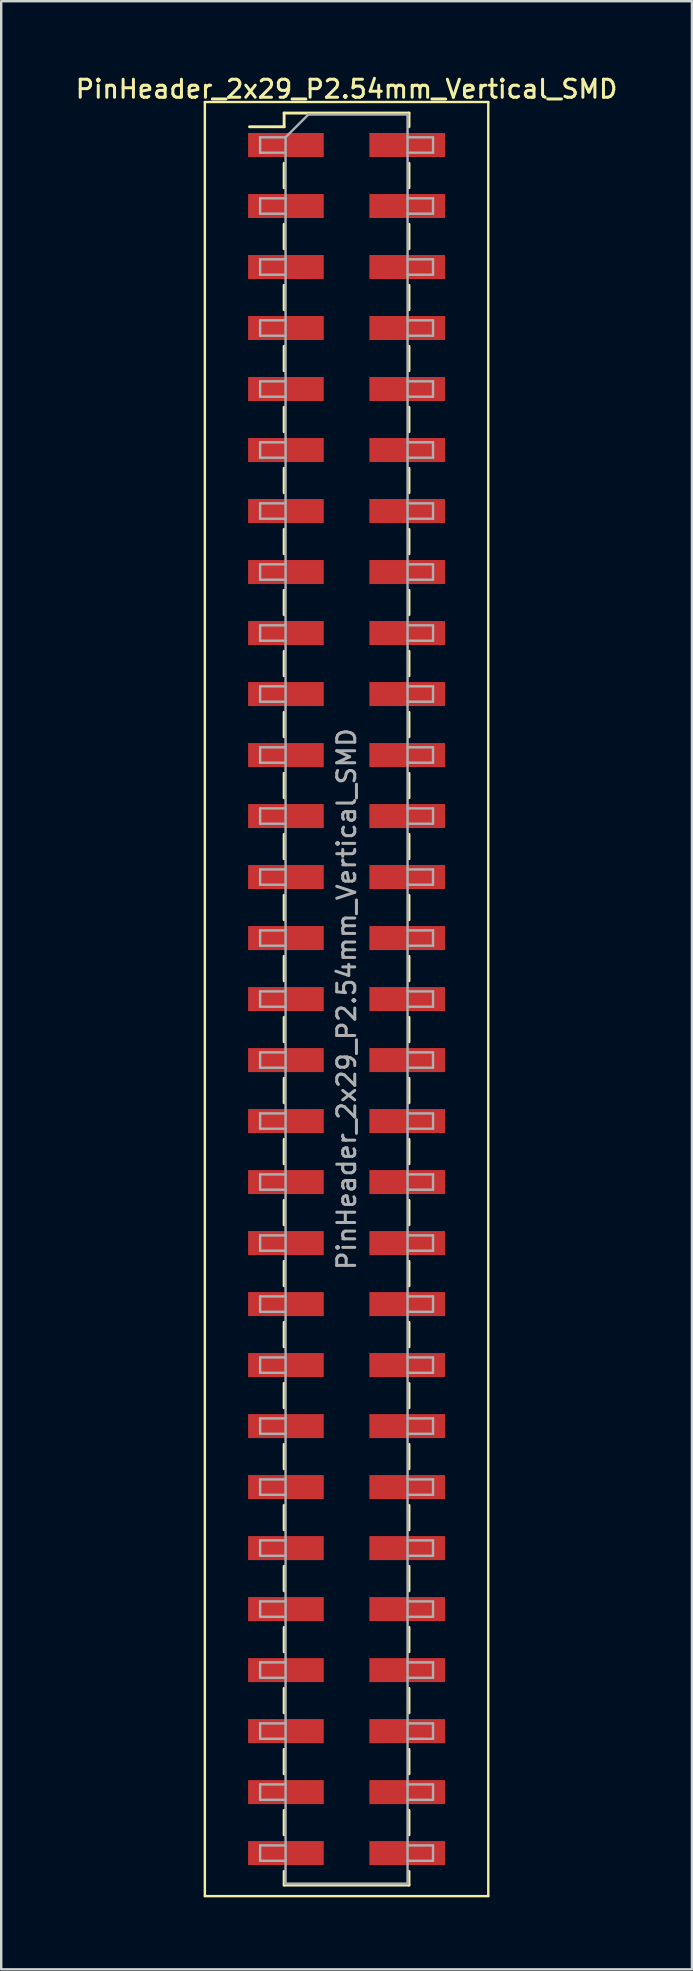
<source format=kicad_pcb>
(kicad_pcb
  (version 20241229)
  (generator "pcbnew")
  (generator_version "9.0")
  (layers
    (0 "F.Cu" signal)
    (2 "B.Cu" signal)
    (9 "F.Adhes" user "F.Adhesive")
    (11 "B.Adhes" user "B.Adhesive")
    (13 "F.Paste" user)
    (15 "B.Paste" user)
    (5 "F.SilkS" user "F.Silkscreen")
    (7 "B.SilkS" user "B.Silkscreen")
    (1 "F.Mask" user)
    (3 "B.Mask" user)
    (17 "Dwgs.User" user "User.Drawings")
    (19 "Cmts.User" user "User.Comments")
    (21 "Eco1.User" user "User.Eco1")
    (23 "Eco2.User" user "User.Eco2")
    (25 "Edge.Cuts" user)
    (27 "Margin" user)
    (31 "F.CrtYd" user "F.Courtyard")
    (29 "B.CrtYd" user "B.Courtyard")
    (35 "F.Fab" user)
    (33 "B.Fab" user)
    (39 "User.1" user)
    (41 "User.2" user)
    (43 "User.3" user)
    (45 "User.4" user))
  (footprint "PinHeader_2x29_P2.54mm_Vertical_SMD"
    (layer "F.Cu")
    (at 11.38 38.548)
    (property "Reference" "PinHeader_2x29_P2.54mm_Vertical_SMD" (at 0 -37.89 0) (layer "F.SilkS") (effects (font (size 0.75 0.75) (thickness 0.125))))
    (attr smd)
    (fp_line (start -5.9 -37.35) (end -5.9 37.35) (stroke (width 0.1) (type solid)) (layer "F.SilkS"))
    (fp_line (start -5.9 37.35) (end 5.9 37.35) (stroke (width 0.1) (type solid)) (layer "F.SilkS"))
    (fp_line (start -4.04 -36.32) (end -2.6 -36.32) (stroke (width 0.12) (type solid)) (layer "F.SilkS"))
    (fp_line (start -2.6 -36.89) (end -2.6 -36.32) (stroke (width 0.12) (type solid)) (layer "F.SilkS"))
    (fp_line (start -2.6 -36.89) (end 2.6 -36.89) (stroke (width 0.12) (type solid)) (layer "F.SilkS"))
    (fp_line (start -2.6 -34.8) (end -2.6 -33.78) (stroke (width 0.12) (type solid)) (layer "F.SilkS"))
    (fp_line (start -2.6 -32.26) (end -2.6 -31.24) (stroke (width 0.12) (type solid)) (layer "F.SilkS"))
    (fp_line (start -2.6 -29.72) (end -2.6 -28.7) (stroke (width 0.12) (type solid)) (layer "F.SilkS"))
    (fp_line (start -2.6 -27.18) (end -2.6 -26.16) (stroke (width 0.12) (type solid)) (layer "F.SilkS"))
    (fp_line (start -2.6 -24.64) (end -2.6 -23.62) (stroke (width 0.12) (type solid)) (layer "F.SilkS"))
    (fp_line (start -2.6 -22.1) (end -2.6 -21.08) (stroke (width 0.12) (type solid)) (layer "F.SilkS"))
    (fp_line (start -2.6 -19.56) (end -2.6 -18.54) (stroke (width 0.12) (type solid)) (layer "F.SilkS"))
    (fp_line (start -2.6 -17.02) (end -2.6 -16) (stroke (width 0.12) (type solid)) (layer "F.SilkS"))
    (fp_line (start -2.6 -14.48) (end -2.6 -13.46) (stroke (width 0.12) (type solid)) (layer "F.SilkS"))
    (fp_line (start -2.6 -11.94) (end -2.6 -10.92) (stroke (width 0.12) (type solid)) (layer "F.SilkS"))
    (fp_line (start -2.6 -9.4) (end -2.6 -8.38) (stroke (width 0.12) (type solid)) (layer "F.SilkS"))
    (fp_line (start -2.6 -6.86) (end -2.6 -5.84) (stroke (width 0.12) (type solid)) (layer "F.SilkS"))
    (fp_line (start -2.6 -4.32) (end -2.6 -3.3) (stroke (width 0.12) (type solid)) (layer "F.SilkS"))
    (fp_line (start -2.6 -1.78) (end -2.6 -0.76) (stroke (width 0.12) (type solid)) (layer "F.SilkS"))
    (fp_line (start -2.6 0.76) (end -2.6 1.78) (stroke (width 0.12) (type solid)) (layer "F.SilkS"))
    (fp_line (start -2.6 3.3) (end -2.6 4.32) (stroke (width 0.12) (type solid)) (layer "F.SilkS"))
    (fp_line (start -2.6 5.84) (end -2.6 6.86) (stroke (width 0.12) (type solid)) (layer "F.SilkS"))
    (fp_line (start -2.6 8.38) (end -2.6 9.4) (stroke (width 0.12) (type solid)) (layer "F.SilkS"))
    (fp_line (start -2.6 10.92) (end -2.6 11.94) (stroke (width 0.12) (type solid)) (layer "F.SilkS"))
    (fp_line (start -2.6 13.46) (end -2.6 14.48) (stroke (width 0.12) (type solid)) (layer "F.SilkS"))
    (fp_line (start -2.6 16) (end -2.6 17.02) (stroke (width 0.12) (type solid)) (layer "F.SilkS"))
    (fp_line (start -2.6 18.54) (end -2.6 19.56) (stroke (width 0.12) (type solid)) (layer "F.SilkS"))
    (fp_line (start -2.6 21.08) (end -2.6 22.1) (stroke (width 0.12) (type solid)) (layer "F.SilkS"))
    (fp_line (start -2.6 23.62) (end -2.6 24.64) (stroke (width 0.12) (type solid)) (layer "F.SilkS"))
    (fp_line (start -2.6 26.16) (end -2.6 27.18) (stroke (width 0.12) (type solid)) (layer "F.SilkS"))
    (fp_line (start -2.6 28.7) (end -2.6 29.72) (stroke (width 0.12) (type solid)) (layer "F.SilkS"))
    (fp_line (start -2.6 31.24) (end -2.6 32.26) (stroke (width 0.12) (type solid)) (layer "F.SilkS"))
    (fp_line (start -2.6 33.78) (end -2.6 34.8) (stroke (width 0.12) (type solid)) (layer "F.SilkS"))
    (fp_line (start -2.6 36.32) (end -2.6 36.89) (stroke (width 0.12) (type solid)) (layer "F.SilkS"))
    (fp_line (start -2.6 36.89) (end 2.6 36.89) (stroke (width 0.12) (type solid)) (layer "F.SilkS"))
    (fp_line (start 2.6 -36.89) (end 2.6 -36.32) (stroke (width 0.12) (type solid)) (layer "F.SilkS"))
    (fp_line (start 2.6 -34.8) (end 2.6 -33.78) (stroke (width 0.12) (type solid)) (layer "F.SilkS"))
    (fp_line (start 2.6 -32.26) (end 2.6 -31.24) (stroke (width 0.12) (type solid)) (layer "F.SilkS"))
    (fp_line (start 2.6 -29.72) (end 2.6 -28.7) (stroke (width 0.12) (type solid)) (layer "F.SilkS"))
    (fp_line (start 2.6 -27.18) (end 2.6 -26.16) (stroke (width 0.12) (type solid)) (layer "F.SilkS"))
    (fp_line (start 2.6 -24.64) (end 2.6 -23.62) (stroke (width 0.12) (type solid)) (layer "F.SilkS"))
    (fp_line (start 2.6 -22.1) (end 2.6 -21.08) (stroke (width 0.12) (type solid)) (layer "F.SilkS"))
    (fp_line (start 2.6 -19.56) (end 2.6 -18.54) (stroke (width 0.12) (type solid)) (layer "F.SilkS"))
    (fp_line (start 2.6 -17.02) (end 2.6 -16) (stroke (width 0.12) (type solid)) (layer "F.SilkS"))
    (fp_line (start 2.6 -14.48) (end 2.6 -13.46) (stroke (width 0.12) (type solid)) (layer "F.SilkS"))
    (fp_line (start 2.6 -11.94) (end 2.6 -10.92) (stroke (width 0.12) (type solid)) (layer "F.SilkS"))
    (fp_line (start 2.6 -9.4) (end 2.6 -8.38) (stroke (width 0.12) (type solid)) (layer "F.SilkS"))
    (fp_line (start 2.6 -6.86) (end 2.6 -5.84) (stroke (width 0.12) (type solid)) (layer "F.SilkS"))
    (fp_line (start 2.6 -4.32) (end 2.6 -3.3) (stroke (width 0.12) (type solid)) (layer "F.SilkS"))
    (fp_line (start 2.6 -1.78) (end 2.6 -0.76) (stroke (width 0.12) (type solid)) (layer "F.SilkS"))
    (fp_line (start 2.6 0.76) (end 2.6 1.78) (stroke (width 0.12) (type solid)) (layer "F.SilkS"))
    (fp_line (start 2.6 3.3) (end 2.6 4.32) (stroke (width 0.12) (type solid)) (layer "F.SilkS"))
    (fp_line (start 2.6 5.84) (end 2.6 6.86) (stroke (width 0.12) (type solid)) (layer "F.SilkS"))
    (fp_line (start 2.6 8.38) (end 2.6 9.4) (stroke (width 0.12) (type solid)) (layer "F.SilkS"))
    (fp_line (start 2.6 10.92) (end 2.6 11.94) (stroke (width 0.12) (type solid)) (layer "F.SilkS"))
    (fp_line (start 2.6 13.46) (end 2.6 14.48) (stroke (width 0.12) (type solid)) (layer "F.SilkS"))
    (fp_line (start 2.6 16) (end 2.6 17.02) (stroke (width 0.12) (type solid)) (layer "F.SilkS"))
    (fp_line (start 2.6 18.54) (end 2.6 19.56) (stroke (width 0.12) (type solid)) (layer "F.SilkS"))
    (fp_line (start 2.6 21.08) (end 2.6 22.1) (stroke (width 0.12) (type solid)) (layer "F.SilkS"))
    (fp_line (start 2.6 23.62) (end 2.6 24.64) (stroke (width 0.12) (type solid)) (layer "F.SilkS"))
    (fp_line (start 2.6 26.16) (end 2.6 27.18) (stroke (width 0.12) (type solid)) (layer "F.SilkS"))
    (fp_line (start 2.6 28.7) (end 2.6 29.72) (stroke (width 0.12) (type solid)) (layer "F.SilkS"))
    (fp_line (start 2.6 31.24) (end 2.6 32.26) (stroke (width 0.12) (type solid)) (layer "F.SilkS"))
    (fp_line (start 2.6 33.78) (end 2.6 34.8) (stroke (width 0.12) (type solid)) (layer "F.SilkS"))
    (fp_line (start 2.6 36.32) (end 2.6 36.89) (stroke (width 0.12) (type solid)) (layer "F.SilkS"))
    (fp_line (start 5.9 -37.35) (end -5.9 -37.35) (stroke (width 0.1) (type solid)) (layer "F.SilkS"))
    (fp_line (start 5.9 37.35) (end 5.9 -37.35) (stroke (width 0.1) (type solid)) (layer "F.SilkS"))
    (fp_line (start -3.6 -35.88) (end -3.6 -35.24) (stroke (width 0.1) (type solid)) (layer "F.Fab"))
    (fp_line (start -3.6 -35.24) (end -2.54 -35.24) (stroke (width 0.1) (type solid)) (layer "F.Fab"))
    (fp_line (start -3.6 -33.34) (end -3.6 -32.7) (stroke (width 0.1) (type solid)) (layer "F.Fab"))
    (fp_line (start -3.6 -32.7) (end -2.54 -32.7) (stroke (width 0.1) (type solid)) (layer "F.Fab"))
    (fp_line (start -3.6 -30.8) (end -3.6 -30.16) (stroke (width 0.1) (type solid)) (layer "F.Fab"))
    (fp_line (start -3.6 -30.16) (end -2.54 -30.16) (stroke (width 0.1) (type solid)) (layer "F.Fab"))
    (fp_line (start -3.6 -28.26) (end -3.6 -27.62) (stroke (width 0.1) (type solid)) (layer "F.Fab"))
    (fp_line (start -3.6 -27.62) (end -2.54 -27.62) (stroke (width 0.1) (type solid)) (layer "F.Fab"))
    (fp_line (start -3.6 -25.72) (end -3.6 -25.08) (stroke (width 0.1) (type solid)) (layer "F.Fab"))
    (fp_line (start -3.6 -25.08) (end -2.54 -25.08) (stroke (width 0.1) (type solid)) (layer "F.Fab"))
    (fp_line (start -3.6 -23.18) (end -3.6 -22.54) (stroke (width 0.1) (type solid)) (layer "F.Fab"))
    (fp_line (start -3.6 -22.54) (end -2.54 -22.54) (stroke (width 0.1) (type solid)) (layer "F.Fab"))
    (fp_line (start -3.6 -20.64) (end -3.6 -20) (stroke (width 0.1) (type solid)) (layer "F.Fab"))
    (fp_line (start -3.6 -20) (end -2.54 -20) (stroke (width 0.1) (type solid)) (layer "F.Fab"))
    (fp_line (start -3.6 -18.1) (end -3.6 -17.46) (stroke (width 0.1) (type solid)) (layer "F.Fab"))
    (fp_line (start -3.6 -17.46) (end -2.54 -17.46) (stroke (width 0.1) (type solid)) (layer "F.Fab"))
    (fp_line (start -3.6 -15.56) (end -3.6 -14.92) (stroke (width 0.1) (type solid)) (layer "F.Fab"))
    (fp_line (start -3.6 -14.92) (end -2.54 -14.92) (stroke (width 0.1) (type solid)) (layer "F.Fab"))
    (fp_line (start -3.6 -13.02) (end -3.6 -12.38) (stroke (width 0.1) (type solid)) (layer "F.Fab"))
    (fp_line (start -3.6 -12.38) (end -2.54 -12.38) (stroke (width 0.1) (type solid)) (layer "F.Fab"))
    (fp_line (start -3.6 -10.48) (end -3.6 -9.84) (stroke (width 0.1) (type solid)) (layer "F.Fab"))
    (fp_line (start -3.6 -9.84) (end -2.54 -9.84) (stroke (width 0.1) (type solid)) (layer "F.Fab"))
    (fp_line (start -3.6 -7.94) (end -3.6 -7.3) (stroke (width 0.1) (type solid)) (layer "F.Fab"))
    (fp_line (start -3.6 -7.3) (end -2.54 -7.3) (stroke (width 0.1) (type solid)) (layer "F.Fab"))
    (fp_line (start -3.6 -5.4) (end -3.6 -4.76) (stroke (width 0.1) (type solid)) (layer "F.Fab"))
    (fp_line (start -3.6 -4.76) (end -2.54 -4.76) (stroke (width 0.1) (type solid)) (layer "F.Fab"))
    (fp_line (start -3.6 -2.86) (end -3.6 -2.22) (stroke (width 0.1) (type solid)) (layer "F.Fab"))
    (fp_line (start -3.6 -2.22) (end -2.54 -2.22) (stroke (width 0.1) (type solid)) (layer "F.Fab"))
    (fp_line (start -3.6 -0.32) (end -3.6 0.32) (stroke (width 0.1) (type solid)) (layer "F.Fab"))
    (fp_line (start -3.6 0.32) (end -2.54 0.32) (stroke (width 0.1) (type solid)) (layer "F.Fab"))
    (fp_line (start -3.6 2.22) (end -3.6 2.86) (stroke (width 0.1) (type solid)) (layer "F.Fab"))
    (fp_line (start -3.6 2.86) (end -2.54 2.86) (stroke (width 0.1) (type solid)) (layer "F.Fab"))
    (fp_line (start -3.6 4.76) (end -3.6 5.4) (stroke (width 0.1) (type solid)) (layer "F.Fab"))
    (fp_line (start -3.6 5.4) (end -2.54 5.4) (stroke (width 0.1) (type solid)) (layer "F.Fab"))
    (fp_line (start -3.6 7.3) (end -3.6 7.94) (stroke (width 0.1) (type solid)) (layer "F.Fab"))
    (fp_line (start -3.6 7.94) (end -2.54 7.94) (stroke (width 0.1) (type solid)) (layer "F.Fab"))
    (fp_line (start -3.6 9.84) (end -3.6 10.48) (stroke (width 0.1) (type solid)) (layer "F.Fab"))
    (fp_line (start -3.6 10.48) (end -2.54 10.48) (stroke (width 0.1) (type solid)) (layer "F.Fab"))
    (fp_line (start -3.6 12.38) (end -3.6 13.02) (stroke (width 0.1) (type solid)) (layer "F.Fab"))
    (fp_line (start -3.6 13.02) (end -2.54 13.02) (stroke (width 0.1) (type solid)) (layer "F.Fab"))
    (fp_line (start -3.6 14.92) (end -3.6 15.56) (stroke (width 0.1) (type solid)) (layer "F.Fab"))
    (fp_line (start -3.6 15.56) (end -2.54 15.56) (stroke (width 0.1) (type solid)) (layer "F.Fab"))
    (fp_line (start -3.6 17.46) (end -3.6 18.1) (stroke (width 0.1) (type solid)) (layer "F.Fab"))
    (fp_line (start -3.6 18.1) (end -2.54 18.1) (stroke (width 0.1) (type solid)) (layer "F.Fab"))
    (fp_line (start -3.6 20) (end -3.6 20.64) (stroke (width 0.1) (type solid)) (layer "F.Fab"))
    (fp_line (start -3.6 20.64) (end -2.54 20.64) (stroke (width 0.1) (type solid)) (layer "F.Fab"))
    (fp_line (start -3.6 22.54) (end -3.6 23.18) (stroke (width 0.1) (type solid)) (layer "F.Fab"))
    (fp_line (start -3.6 23.18) (end -2.54 23.18) (stroke (width 0.1) (type solid)) (layer "F.Fab"))
    (fp_line (start -3.6 25.08) (end -3.6 25.72) (stroke (width 0.1) (type solid)) (layer "F.Fab"))
    (fp_line (start -3.6 25.72) (end -2.54 25.72) (stroke (width 0.1) (type solid)) (layer "F.Fab"))
    (fp_line (start -3.6 27.62) (end -3.6 28.26) (stroke (width 0.1) (type solid)) (layer "F.Fab"))
    (fp_line (start -3.6 28.26) (end -2.54 28.26) (stroke (width 0.1) (type solid)) (layer "F.Fab"))
    (fp_line (start -3.6 30.16) (end -3.6 30.8) (stroke (width 0.1) (type solid)) (layer "F.Fab"))
    (fp_line (start -3.6 30.8) (end -2.54 30.8) (stroke (width 0.1) (type solid)) (layer "F.Fab"))
    (fp_line (start -3.6 32.7) (end -3.6 33.34) (stroke (width 0.1) (type solid)) (layer "F.Fab"))
    (fp_line (start -3.6 33.34) (end -2.54 33.34) (stroke (width 0.1) (type solid)) (layer "F.Fab"))
    (fp_line (start -3.6 35.24) (end -3.6 35.88) (stroke (width 0.1) (type solid)) (layer "F.Fab"))
    (fp_line (start -3.6 35.88) (end -2.54 35.88) (stroke (width 0.1) (type solid)) (layer "F.Fab"))
    (fp_line (start -2.54 -35.88) (end -3.6 -35.88) (stroke (width 0.1) (type solid)) (layer "F.Fab"))
    (fp_line (start -2.54 -35.88) (end -1.59 -36.83) (stroke (width 0.1) (type solid)) (layer "F.Fab"))
    (fp_line (start -2.54 -33.34) (end -3.6 -33.34) (stroke (width 0.1) (type solid)) (layer "F.Fab"))
    (fp_line (start -2.54 -30.8) (end -3.6 -30.8) (stroke (width 0.1) (type solid)) (layer "F.Fab"))
    (fp_line (start -2.54 -28.26) (end -3.6 -28.26) (stroke (width 0.1) (type solid)) (layer "F.Fab"))
    (fp_line (start -2.54 -25.72) (end -3.6 -25.72) (stroke (width 0.1) (type solid)) (layer "F.Fab"))
    (fp_line (start -2.54 -23.18) (end -3.6 -23.18) (stroke (width 0.1) (type solid)) (layer "F.Fab"))
    (fp_line (start -2.54 -20.64) (end -3.6 -20.64) (stroke (width 0.1) (type solid)) (layer "F.Fab"))
    (fp_line (start -2.54 -18.1) (end -3.6 -18.1) (stroke (width 0.1) (type solid)) (layer "F.Fab"))
    (fp_line (start -2.54 -15.56) (end -3.6 -15.56) (stroke (width 0.1) (type solid)) (layer "F.Fab"))
    (fp_line (start -2.54 -13.02) (end -3.6 -13.02) (stroke (width 0.1) (type solid)) (layer "F.Fab"))
    (fp_line (start -2.54 -10.48) (end -3.6 -10.48) (stroke (width 0.1) (type solid)) (layer "F.Fab"))
    (fp_line (start -2.54 -7.94) (end -3.6 -7.94) (stroke (width 0.1) (type solid)) (layer "F.Fab"))
    (fp_line (start -2.54 -5.4) (end -3.6 -5.4) (stroke (width 0.1) (type solid)) (layer "F.Fab"))
    (fp_line (start -2.54 -2.86) (end -3.6 -2.86) (stroke (width 0.1) (type solid)) (layer "F.Fab"))
    (fp_line (start -2.54 -0.32) (end -3.6 -0.32) (stroke (width 0.1) (type solid)) (layer "F.Fab"))
    (fp_line (start -2.54 2.22) (end -3.6 2.22) (stroke (width 0.1) (type solid)) (layer "F.Fab"))
    (fp_line (start -2.54 4.76) (end -3.6 4.76) (stroke (width 0.1) (type solid)) (layer "F.Fab"))
    (fp_line (start -2.54 7.3) (end -3.6 7.3) (stroke (width 0.1) (type solid)) (layer "F.Fab"))
    (fp_line (start -2.54 9.84) (end -3.6 9.84) (stroke (width 0.1) (type solid)) (layer "F.Fab"))
    (fp_line (start -2.54 12.38) (end -3.6 12.38) (stroke (width 0.1) (type solid)) (layer "F.Fab"))
    (fp_line (start -2.54 14.92) (end -3.6 14.92) (stroke (width 0.1) (type solid)) (layer "F.Fab"))
    (fp_line (start -2.54 17.46) (end -3.6 17.46) (stroke (width 0.1) (type solid)) (layer "F.Fab"))
    (fp_line (start -2.54 20) (end -3.6 20) (stroke (width 0.1) (type solid)) (layer "F.Fab"))
    (fp_line (start -2.54 22.54) (end -3.6 22.54) (stroke (width 0.1) (type solid)) (layer "F.Fab"))
    (fp_line (start -2.54 25.08) (end -3.6 25.08) (stroke (width 0.1) (type solid)) (layer "F.Fab"))
    (fp_line (start -2.54 27.62) (end -3.6 27.62) (stroke (width 0.1) (type solid)) (layer "F.Fab"))
    (fp_line (start -2.54 30.16) (end -3.6 30.16) (stroke (width 0.1) (type solid)) (layer "F.Fab"))
    (fp_line (start -2.54 32.7) (end -3.6 32.7) (stroke (width 0.1) (type solid)) (layer "F.Fab"))
    (fp_line (start -2.54 35.24) (end -3.6 35.24) (stroke (width 0.1) (type solid)) (layer "F.Fab"))
    (fp_line (start -2.54 36.83) (end -2.54 -35.88) (stroke (width 0.1) (type solid)) (layer "F.Fab"))
    (fp_line (start -1.59 -36.83) (end 2.54 -36.83) (stroke (width 0.1) (type solid)) (layer "F.Fab"))
    (fp_line (start 2.54 -36.83) (end 2.54 36.83) (stroke (width 0.1) (type solid)) (layer "F.Fab"))
    (fp_line (start 2.54 -35.88) (end 3.6 -35.88) (stroke (width 0.1) (type solid)) (layer "F.Fab"))
    (fp_line (start 2.54 -33.34) (end 3.6 -33.34) (stroke (width 0.1) (type solid)) (layer "F.Fab"))
    (fp_line (start 2.54 -30.8) (end 3.6 -30.8) (stroke (width 0.1) (type solid)) (layer "F.Fab"))
    (fp_line (start 2.54 -28.26) (end 3.6 -28.26) (stroke (width 0.1) (type solid)) (layer "F.Fab"))
    (fp_line (start 2.54 -25.72) (end 3.6 -25.72) (stroke (width 0.1) (type solid)) (layer "F.Fab"))
    (fp_line (start 2.54 -23.18) (end 3.6 -23.18) (stroke (width 0.1) (type solid)) (layer "F.Fab"))
    (fp_line (start 2.54 -20.64) (end 3.6 -20.64) (stroke (width 0.1) (type solid)) (layer "F.Fab"))
    (fp_line (start 2.54 -18.1) (end 3.6 -18.1) (stroke (width 0.1) (type solid)) (layer "F.Fab"))
    (fp_line (start 2.54 -15.56) (end 3.6 -15.56) (stroke (width 0.1) (type solid)) (layer "F.Fab"))
    (fp_line (start 2.54 -13.02) (end 3.6 -13.02) (stroke (width 0.1) (type solid)) (layer "F.Fab"))
    (fp_line (start 2.54 -10.48) (end 3.6 -10.48) (stroke (width 0.1) (type solid)) (layer "F.Fab"))
    (fp_line (start 2.54 -7.94) (end 3.6 -7.94) (stroke (width 0.1) (type solid)) (layer "F.Fab"))
    (fp_line (start 2.54 -5.4) (end 3.6 -5.4) (stroke (width 0.1) (type solid)) (layer "F.Fab"))
    (fp_line (start 2.54 -2.86) (end 3.6 -2.86) (stroke (width 0.1) (type solid)) (layer "F.Fab"))
    (fp_line (start 2.54 -0.32) (end 3.6 -0.32) (stroke (width 0.1) (type solid)) (layer "F.Fab"))
    (fp_line (start 2.54 2.22) (end 3.6 2.22) (stroke (width 0.1) (type solid)) (layer "F.Fab"))
    (fp_line (start 2.54 4.76) (end 3.6 4.76) (stroke (width 0.1) (type solid)) (layer "F.Fab"))
    (fp_line (start 2.54 7.3) (end 3.6 7.3) (stroke (width 0.1) (type solid)) (layer "F.Fab"))
    (fp_line (start 2.54 9.84) (end 3.6 9.84) (stroke (width 0.1) (type solid)) (layer "F.Fab"))
    (fp_line (start 2.54 12.38) (end 3.6 12.38) (stroke (width 0.1) (type solid)) (layer "F.Fab"))
    (fp_line (start 2.54 14.92) (end 3.6 14.92) (stroke (width 0.1) (type solid)) (layer "F.Fab"))
    (fp_line (start 2.54 17.46) (end 3.6 17.46) (stroke (width 0.1) (type solid)) (layer "F.Fab"))
    (fp_line (start 2.54 20) (end 3.6 20) (stroke (width 0.1) (type solid)) (layer "F.Fab"))
    (fp_line (start 2.54 22.54) (end 3.6 22.54) (stroke (width 0.1) (type solid)) (layer "F.Fab"))
    (fp_line (start 2.54 25.08) (end 3.6 25.08) (stroke (width 0.1) (type solid)) (layer "F.Fab"))
    (fp_line (start 2.54 27.62) (end 3.6 27.62) (stroke (width 0.1) (type solid)) (layer "F.Fab"))
    (fp_line (start 2.54 30.16) (end 3.6 30.16) (stroke (width 0.1) (type solid)) (layer "F.Fab"))
    (fp_line (start 2.54 32.7) (end 3.6 32.7) (stroke (width 0.1) (type solid)) (layer "F.Fab"))
    (fp_line (start 2.54 35.24) (end 3.6 35.24) (stroke (width 0.1) (type solid)) (layer "F.Fab"))
    (fp_line (start 2.54 36.83) (end -2.54 36.83) (stroke (width 0.1) (type solid)) (layer "F.Fab"))
    (fp_line (start 3.6 -35.88) (end 3.6 -35.24) (stroke (width 0.1) (type solid)) (layer "F.Fab"))
    (fp_line (start 3.6 -35.24) (end 2.54 -35.24) (stroke (width 0.1) (type solid)) (layer "F.Fab"))
    (fp_line (start 3.6 -33.34) (end 3.6 -32.7) (stroke (width 0.1) (type solid)) (layer "F.Fab"))
    (fp_line (start 3.6 -32.7) (end 2.54 -32.7) (stroke (width 0.1) (type solid)) (layer "F.Fab"))
    (fp_line (start 3.6 -30.8) (end 3.6 -30.16) (stroke (width 0.1) (type solid)) (layer "F.Fab"))
    (fp_line (start 3.6 -30.16) (end 2.54 -30.16) (stroke (width 0.1) (type solid)) (layer "F.Fab"))
    (fp_line (start 3.6 -28.26) (end 3.6 -27.62) (stroke (width 0.1) (type solid)) (layer "F.Fab"))
    (fp_line (start 3.6 -27.62) (end 2.54 -27.62) (stroke (width 0.1) (type solid)) (layer "F.Fab"))
    (fp_line (start 3.6 -25.72) (end 3.6 -25.08) (stroke (width 0.1) (type solid)) (layer "F.Fab"))
    (fp_line (start 3.6 -25.08) (end 2.54 -25.08) (stroke (width 0.1) (type solid)) (layer "F.Fab"))
    (fp_line (start 3.6 -23.18) (end 3.6 -22.54) (stroke (width 0.1) (type solid)) (layer "F.Fab"))
    (fp_line (start 3.6 -22.54) (end 2.54 -22.54) (stroke (width 0.1) (type solid)) (layer "F.Fab"))
    (fp_line (start 3.6 -20.64) (end 3.6 -20) (stroke (width 0.1) (type solid)) (layer "F.Fab"))
    (fp_line (start 3.6 -20) (end 2.54 -20) (stroke (width 0.1) (type solid)) (layer "F.Fab"))
    (fp_line (start 3.6 -18.1) (end 3.6 -17.46) (stroke (width 0.1) (type solid)) (layer "F.Fab"))
    (fp_line (start 3.6 -17.46) (end 2.54 -17.46) (stroke (width 0.1) (type solid)) (layer "F.Fab"))
    (fp_line (start 3.6 -15.56) (end 3.6 -14.92) (stroke (width 0.1) (type solid)) (layer "F.Fab"))
    (fp_line (start 3.6 -14.92) (end 2.54 -14.92) (stroke (width 0.1) (type solid)) (layer "F.Fab"))
    (fp_line (start 3.6 -13.02) (end 3.6 -12.38) (stroke (width 0.1) (type solid)) (layer "F.Fab"))
    (fp_line (start 3.6 -12.38) (end 2.54 -12.38) (stroke (width 0.1) (type solid)) (layer "F.Fab"))
    (fp_line (start 3.6 -10.48) (end 3.6 -9.84) (stroke (width 0.1) (type solid)) (layer "F.Fab"))
    (fp_line (start 3.6 -9.84) (end 2.54 -9.84) (stroke (width 0.1) (type solid)) (layer "F.Fab"))
    (fp_line (start 3.6 -7.94) (end 3.6 -7.3) (stroke (width 0.1) (type solid)) (layer "F.Fab"))
    (fp_line (start 3.6 -7.3) (end 2.54 -7.3) (stroke (width 0.1) (type solid)) (layer "F.Fab"))
    (fp_line (start 3.6 -5.4) (end 3.6 -4.76) (stroke (width 0.1) (type solid)) (layer "F.Fab"))
    (fp_line (start 3.6 -4.76) (end 2.54 -4.76) (stroke (width 0.1) (type solid)) (layer "F.Fab"))
    (fp_line (start 3.6 -2.86) (end 3.6 -2.22) (stroke (width 0.1) (type solid)) (layer "F.Fab"))
    (fp_line (start 3.6 -2.22) (end 2.54 -2.22) (stroke (width 0.1) (type solid)) (layer "F.Fab"))
    (fp_line (start 3.6 -0.32) (end 3.6 0.32) (stroke (width 0.1) (type solid)) (layer "F.Fab"))
    (fp_line (start 3.6 0.32) (end 2.54 0.32) (stroke (width 0.1) (type solid)) (layer "F.Fab"))
    (fp_line (start 3.6 2.22) (end 3.6 2.86) (stroke (width 0.1) (type solid)) (layer "F.Fab"))
    (fp_line (start 3.6 2.86) (end 2.54 2.86) (stroke (width 0.1) (type solid)) (layer "F.Fab"))
    (fp_line (start 3.6 4.76) (end 3.6 5.4) (stroke (width 0.1) (type solid)) (layer "F.Fab"))
    (fp_line (start 3.6 5.4) (end 2.54 5.4) (stroke (width 0.1) (type solid)) (layer "F.Fab"))
    (fp_line (start 3.6 7.3) (end 3.6 7.94) (stroke (width 0.1) (type solid)) (layer "F.Fab"))
    (fp_line (start 3.6 7.94) (end 2.54 7.94) (stroke (width 0.1) (type solid)) (layer "F.Fab"))
    (fp_line (start 3.6 9.84) (end 3.6 10.48) (stroke (width 0.1) (type solid)) (layer "F.Fab"))
    (fp_line (start 3.6 10.48) (end 2.54 10.48) (stroke (width 0.1) (type solid)) (layer "F.Fab"))
    (fp_line (start 3.6 12.38) (end 3.6 13.02) (stroke (width 0.1) (type solid)) (layer "F.Fab"))
    (fp_line (start 3.6 13.02) (end 2.54 13.02) (stroke (width 0.1) (type solid)) (layer "F.Fab"))
    (fp_line (start 3.6 14.92) (end 3.6 15.56) (stroke (width 0.1) (type solid)) (layer "F.Fab"))
    (fp_line (start 3.6 15.56) (end 2.54 15.56) (stroke (width 0.1) (type solid)) (layer "F.Fab"))
    (fp_line (start 3.6 17.46) (end 3.6 18.1) (stroke (width 0.1) (type solid)) (layer "F.Fab"))
    (fp_line (start 3.6 18.1) (end 2.54 18.1) (stroke (width 0.1) (type solid)) (layer "F.Fab"))
    (fp_line (start 3.6 20) (end 3.6 20.64) (stroke (width 0.1) (type solid)) (layer "F.Fab"))
    (fp_line (start 3.6 20.64) (end 2.54 20.64) (stroke (width 0.1) (type solid)) (layer "F.Fab"))
    (fp_line (start 3.6 22.54) (end 3.6 23.18) (stroke (width 0.1) (type solid)) (layer "F.Fab"))
    (fp_line (start 3.6 23.18) (end 2.54 23.18) (stroke (width 0.1) (type solid)) (layer "F.Fab"))
    (fp_line (start 3.6 25.08) (end 3.6 25.72) (stroke (width 0.1) (type solid)) (layer "F.Fab"))
    (fp_line (start 3.6 25.72) (end 2.54 25.72) (stroke (width 0.1) (type solid)) (layer "F.Fab"))
    (fp_line (start 3.6 27.62) (end 3.6 28.26) (stroke (width 0.1) (type solid)) (layer "F.Fab"))
    (fp_line (start 3.6 28.26) (end 2.54 28.26) (stroke (width 0.1) (type solid)) (layer "F.Fab"))
    (fp_line (start 3.6 30.16) (end 3.6 30.8) (stroke (width 0.1) (type solid)) (layer "F.Fab"))
    (fp_line (start 3.6 30.8) (end 2.54 30.8) (stroke (width 0.1) (type solid)) (layer "F.Fab"))
    (fp_line (start 3.6 32.7) (end 3.6 33.34) (stroke (width 0.1) (type solid)) (layer "F.Fab"))
    (fp_line (start 3.6 33.34) (end 2.54 33.34) (stroke (width 0.1) (type solid)) (layer "F.Fab"))
    (fp_line (start 3.6 35.24) (end 3.6 35.88) (stroke (width 0.1) (type solid)) (layer "F.Fab"))
    (fp_line (start 3.6 35.88) (end 2.54 35.88) (stroke (width 0.1) (type solid)) (layer "F.Fab"))
    (fp_text user "${REFERENCE}" (at 0 0 90) (layer "F.Fab") (effects (font (size 0.75 0.75) (thickness 0.125))))
    (pad "1" smd rect (at -2.525 -35.56) (size 3.15 1) (layers "F.Cu" "F.Mask" "F.Paste"))
    (pad "2" smd rect (at 2.525 -35.56) (size 3.15 1) (layers "F.Cu" "F.Mask" "F.Paste"))
    (pad "3" smd rect (at -2.525 -33.02) (size 3.15 1) (layers "F.Cu" "F.Mask" "F.Paste"))
    (pad "4" smd rect (at 2.525 -33.02) (size 3.15 1) (layers "F.Cu" "F.Mask" "F.Paste"))
    (pad "5" smd rect (at -2.525 -30.48) (size 3.15 1) (layers "F.Cu" "F.Mask" "F.Paste"))
    (pad "6" smd rect (at 2.525 -30.48) (size 3.15 1) (layers "F.Cu" "F.Mask" "F.Paste"))
    (pad "7" smd rect (at -2.525 -27.94) (size 3.15 1) (layers "F.Cu" "F.Mask" "F.Paste"))
    (pad "8" smd rect (at 2.525 -27.94) (size 3.15 1) (layers "F.Cu" "F.Mask" "F.Paste"))
    (pad "9" smd rect (at -2.525 -25.4) (size 3.15 1) (layers "F.Cu" "F.Mask" "F.Paste"))
    (pad "10" smd rect (at 2.525 -25.4) (size 3.15 1) (layers "F.Cu" "F.Mask" "F.Paste"))
    (pad "11" smd rect (at -2.525 -22.86) (size 3.15 1) (layers "F.Cu" "F.Mask" "F.Paste"))
    (pad "12" smd rect (at 2.525 -22.86) (size 3.15 1) (layers "F.Cu" "F.Mask" "F.Paste"))
    (pad "13" smd rect (at -2.525 -20.32) (size 3.15 1) (layers "F.Cu" "F.Mask" "F.Paste"))
    (pad "14" smd rect (at 2.525 -20.32) (size 3.15 1) (layers "F.Cu" "F.Mask" "F.Paste"))
    (pad "15" smd rect (at -2.525 -17.78) (size 3.15 1) (layers "F.Cu" "F.Mask" "F.Paste"))
    (pad "16" smd rect (at 2.525 -17.78) (size 3.15 1) (layers "F.Cu" "F.Mask" "F.Paste"))
    (pad "17" smd rect (at -2.525 -15.24) (size 3.15 1) (layers "F.Cu" "F.Mask" "F.Paste"))
    (pad "18" smd rect (at 2.525 -15.24) (size 3.15 1) (layers "F.Cu" "F.Mask" "F.Paste"))
    (pad "19" smd rect (at -2.525 -12.7) (size 3.15 1) (layers "F.Cu" "F.Mask" "F.Paste"))
    (pad "20" smd rect (at 2.525 -12.7) (size 3.15 1) (layers "F.Cu" "F.Mask" "F.Paste"))
    (pad "21" smd rect (at -2.525 -10.16) (size 3.15 1) (layers "F.Cu" "F.Mask" "F.Paste"))
    (pad "22" smd rect (at 2.525 -10.16) (size 3.15 1) (layers "F.Cu" "F.Mask" "F.Paste"))
    (pad "23" smd rect (at -2.525 -7.62) (size 3.15 1) (layers "F.Cu" "F.Mask" "F.Paste"))
    (pad "24" smd rect (at 2.525 -7.62) (size 3.15 1) (layers "F.Cu" "F.Mask" "F.Paste"))
    (pad "25" smd rect (at -2.525 -5.08) (size 3.15 1) (layers "F.Cu" "F.Mask" "F.Paste"))
    (pad "26" smd rect (at 2.525 -5.08) (size 3.15 1) (layers "F.Cu" "F.Mask" "F.Paste"))
    (pad "27" smd rect (at -2.525 -2.54) (size 3.15 1) (layers "F.Cu" "F.Mask" "F.Paste"))
    (pad "28" smd rect (at 2.525 -2.54) (size 3.15 1) (layers "F.Cu" "F.Mask" "F.Paste"))
    (pad "29" smd rect (at -2.525 0) (size 3.15 1) (layers "F.Cu" "F.Mask" "F.Paste"))
    (pad "30" smd rect (at 2.525 0) (size 3.15 1) (layers "F.Cu" "F.Mask" "F.Paste"))
    (pad "31" smd rect (at -2.525 2.54) (size 3.15 1) (layers "F.Cu" "F.Mask" "F.Paste"))
    (pad "32" smd rect (at 2.525 2.54) (size 3.15 1) (layers "F.Cu" "F.Mask" "F.Paste"))
    (pad "33" smd rect (at -2.525 5.08) (size 3.15 1) (layers "F.Cu" "F.Mask" "F.Paste"))
    (pad "34" smd rect (at 2.525 5.08) (size 3.15 1) (layers "F.Cu" "F.Mask" "F.Paste"))
    (pad "35" smd rect (at -2.525 7.62) (size 3.15 1) (layers "F.Cu" "F.Mask" "F.Paste"))
    (pad "36" smd rect (at 2.525 7.62) (size 3.15 1) (layers "F.Cu" "F.Mask" "F.Paste"))
    (pad "37" smd rect (at -2.525 10.16) (size 3.15 1) (layers "F.Cu" "F.Mask" "F.Paste"))
    (pad "38" smd rect (at 2.525 10.16) (size 3.15 1) (layers "F.Cu" "F.Mask" "F.Paste"))
    (pad "39" smd rect (at -2.525 12.7) (size 3.15 1) (layers "F.Cu" "F.Mask" "F.Paste"))
    (pad "40" smd rect (at 2.525 12.7) (size 3.15 1) (layers "F.Cu" "F.Mask" "F.Paste"))
    (pad "41" smd rect (at -2.525 15.24) (size 3.15 1) (layers "F.Cu" "F.Mask" "F.Paste"))
    (pad "42" smd rect (at 2.525 15.24) (size 3.15 1) (layers "F.Cu" "F.Mask" "F.Paste"))
    (pad "43" smd rect (at -2.525 17.78) (size 3.15 1) (layers "F.Cu" "F.Mask" "F.Paste"))
    (pad "44" smd rect (at 2.525 17.78) (size 3.15 1) (layers "F.Cu" "F.Mask" "F.Paste"))
    (pad "45" smd rect (at -2.525 20.32) (size 3.15 1) (layers "F.Cu" "F.Mask" "F.Paste"))
    (pad "46" smd rect (at 2.525 20.32) (size 3.15 1) (layers "F.Cu" "F.Mask" "F.Paste"))
    (pad "47" smd rect (at -2.525 22.86) (size 3.15 1) (layers "F.Cu" "F.Mask" "F.Paste"))
    (pad "48" smd rect (at 2.525 22.86) (size 3.15 1) (layers "F.Cu" "F.Mask" "F.Paste"))
    (pad "49" smd rect (at -2.525 25.4) (size 3.15 1) (layers "F.Cu" "F.Mask" "F.Paste"))
    (pad "50" smd rect (at 2.525 25.4) (size 3.15 1) (layers "F.Cu" "F.Mask" "F.Paste"))
    (pad "51" smd rect (at -2.525 27.94) (size 3.15 1) (layers "F.Cu" "F.Mask" "F.Paste"))
    (pad "52" smd rect (at 2.525 27.94) (size 3.15 1) (layers "F.Cu" "F.Mask" "F.Paste"))
    (pad "53" smd rect (at -2.525 30.48) (size 3.15 1) (layers "F.Cu" "F.Mask" "F.Paste"))
    (pad "54" smd rect (at 2.525 30.48) (size 3.15 1) (layers "F.Cu" "F.Mask" "F.Paste"))
    (pad "55" smd rect (at -2.525 33.02) (size 3.15 1) (layers "F.Cu" "F.Mask" "F.Paste"))
    (pad "56" smd rect (at 2.525 33.02) (size 3.15 1) (layers "F.Cu" "F.Mask" "F.Paste"))
    (pad "57" smd rect (at -2.525 35.56) (size 3.15 1) (layers "F.Cu" "F.Mask" "F.Paste"))
    (pad "58" smd rect (at 2.525 35.56) (size 3.15 1) (layers "F.Cu" "F.Mask" "F.Paste")))
  (gr_rect
    (start -3 -3)
    (end 25.761 78.948)
    (stroke (width 0.1) (type default))
    (fill no)
    (layer "Edge.Cuts")))
</source>
